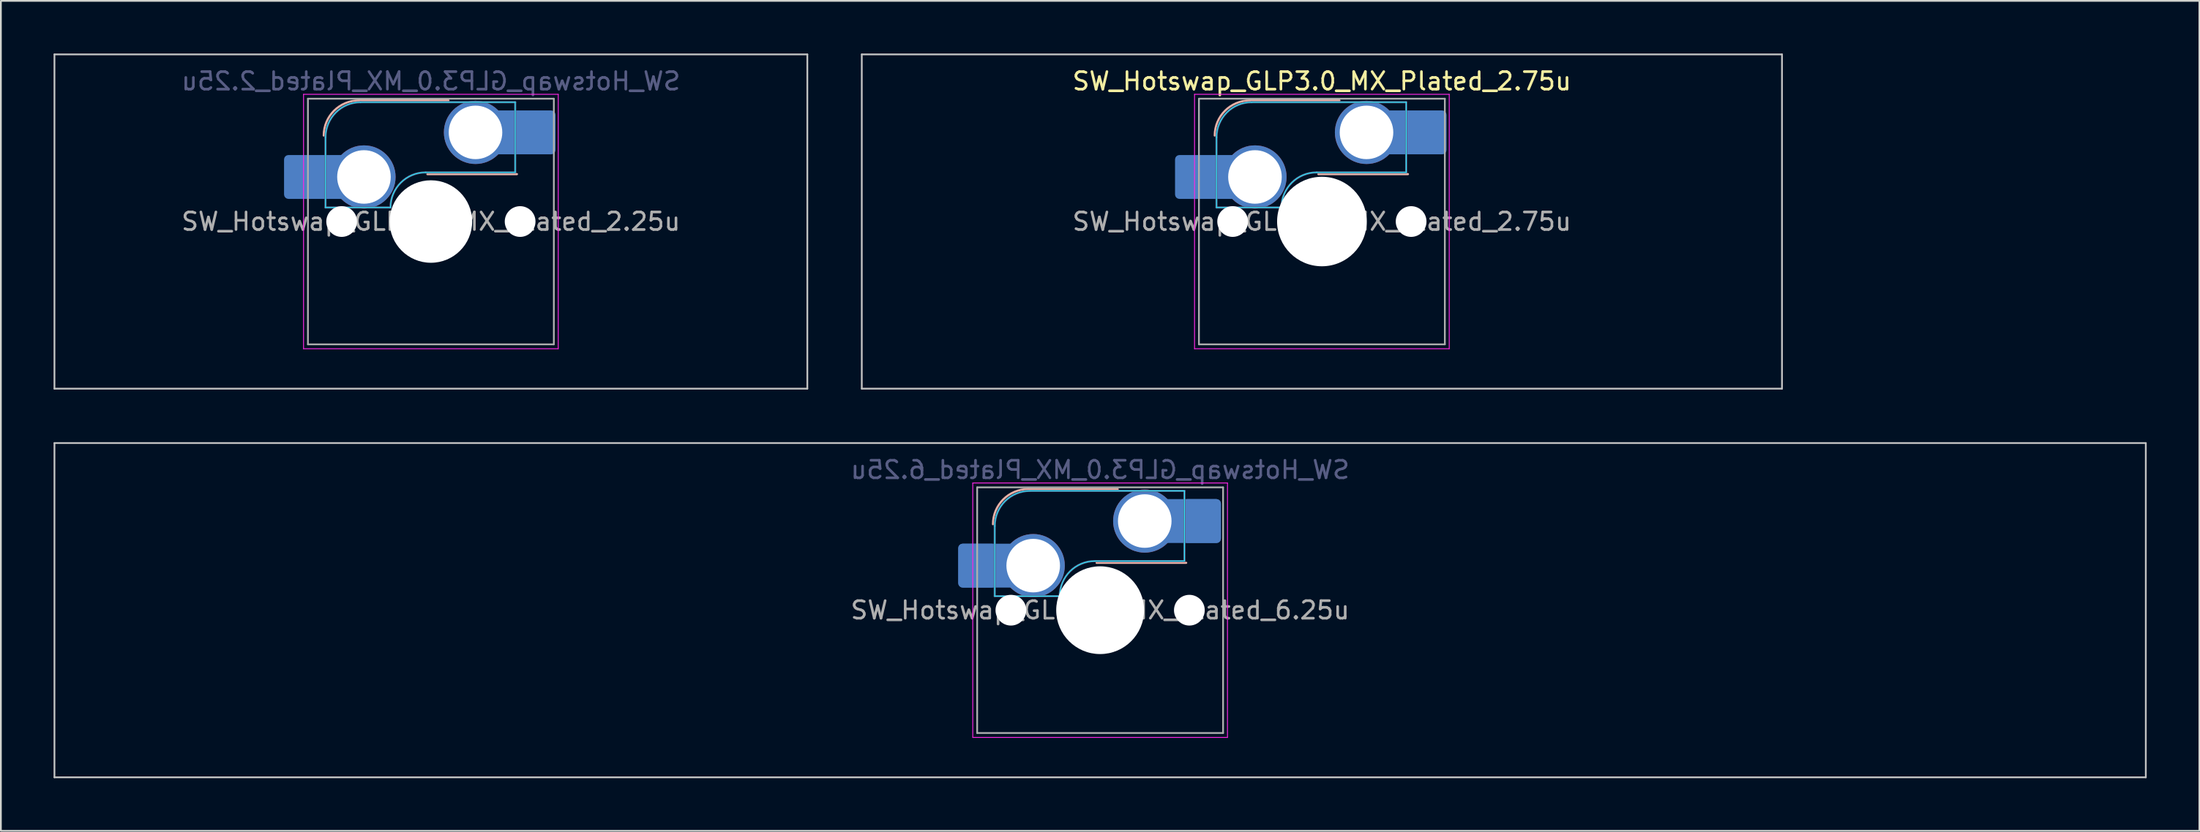
<source format=kicad_pcb>
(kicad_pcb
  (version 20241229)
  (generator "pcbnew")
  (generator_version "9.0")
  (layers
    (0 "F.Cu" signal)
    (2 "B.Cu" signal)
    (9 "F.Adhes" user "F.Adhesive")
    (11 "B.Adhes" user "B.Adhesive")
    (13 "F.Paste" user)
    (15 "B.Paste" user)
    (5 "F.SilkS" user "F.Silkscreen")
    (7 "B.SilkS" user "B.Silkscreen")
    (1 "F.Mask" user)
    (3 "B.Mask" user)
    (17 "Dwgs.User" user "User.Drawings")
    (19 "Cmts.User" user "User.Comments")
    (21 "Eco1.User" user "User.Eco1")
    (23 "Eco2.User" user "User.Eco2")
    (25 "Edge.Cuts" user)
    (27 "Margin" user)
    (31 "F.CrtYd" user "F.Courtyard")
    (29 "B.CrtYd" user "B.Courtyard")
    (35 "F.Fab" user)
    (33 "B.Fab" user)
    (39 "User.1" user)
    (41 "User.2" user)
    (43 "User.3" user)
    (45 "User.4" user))
  (footprint "SW_Hotswap_GLP3.0_MX_Plated_2.25u"
    (layer "F.Cu")
    (at 21.481 9.575)
    (property "Reference" "SW_Hotswap_GLP3.0_MX_Plated_2.25u" (at 0 -8 0) (layer "B.Fab") (effects (font (size 1 1) (thickness 0.15)) (justify mirror)))
    (attr smd)
    (fp_line (start -4.1 -6.9) (end 1 -6.9) (stroke (width 0.12) (type solid)) (layer "B.SilkS"))
    (fp_line (start -0.2 -2.7) (end 4.9 -2.7) (stroke (width 0.12) (type solid)) (layer "B.SilkS"))
    (fp_arc (start -6.1 -4.9) (mid -5.514214 -6.314214) (end -4.1 -6.9) (stroke (width 0.12) (type solid)) (layer "B.SilkS"))
    (fp_line (start -21.431 -9.525) (end -21.431 9.525) (stroke (width 0.1) (type solid)) (layer "Dwgs.User"))
    (fp_line (start -21.431 9.525) (end 21.431 9.525) (stroke (width 0.1) (type solid)) (layer "Dwgs.User"))
    (fp_line (start 21.431 -9.525) (end -21.431 -9.525) (stroke (width 0.1) (type solid)) (layer "Dwgs.User"))
    (fp_line (start 21.431 9.525) (end 21.431 -9.525) (stroke (width 0.1) (type solid)) (layer "Dwgs.User"))
    (fp_line (start -7.8 -6) (end -7 -6) (stroke (width 0.1) (type solid)) (layer "Eco1.User"))
    (fp_line (start -7.8 -2.9) (end -7.8 -6) (stroke (width 0.1) (type solid)) (layer "Eco1.User"))
    (fp_line (start -7.8 2.9) (end -7 2.9) (stroke (width 0.1) (type solid)) (layer "Eco1.User"))
    (fp_line (start -7.8 6) (end -7.8 2.9) (stroke (width 0.1) (type solid)) (layer "Eco1.User"))
    (fp_line (start -7 -7) (end 7 -7) (stroke (width 0.1) (type solid)) (layer "Eco1.User"))
    (fp_line (start -7 -6) (end -7 -7) (stroke (width 0.1) (type solid)) (layer "Eco1.User"))
    (fp_line (start -7 -2.9) (end -7.8 -2.9) (stroke (width 0.1) (type solid)) (layer "Eco1.User"))
    (fp_line (start -7 2.9) (end -7 -2.9) (stroke (width 0.1) (type solid)) (layer "Eco1.User"))
    (fp_line (start -7 6) (end -7.8 6) (stroke (width 0.1) (type solid)) (layer "Eco1.User"))
    (fp_line (start -7 7) (end -7 6) (stroke (width 0.1) (type solid)) (layer "Eco1.User"))
    (fp_line (start 7 -7) (end 7 -6) (stroke (width 0.1) (type solid)) (layer "Eco1.User"))
    (fp_line (start 7 -6) (end 7.8 -6) (stroke (width 0.1) (type solid)) (layer "Eco1.User"))
    (fp_line (start 7 -2.9) (end 7 2.9) (stroke (width 0.1) (type solid)) (layer "Eco1.User"))
    (fp_line (start 7 2.9) (end 7.8 2.9) (stroke (width 0.1) (type solid)) (layer "Eco1.User"))
    (fp_line (start 7 6) (end 7 7) (stroke (width 0.1) (type solid)) (layer "Eco1.User"))
    (fp_line (start 7 7) (end -7 7) (stroke (width 0.1) (type solid)) (layer "Eco1.User"))
    (fp_line (start 7.8 -6) (end 7.8 -2.9) (stroke (width 0.1) (type solid)) (layer "Eco1.User"))
    (fp_line (start 7.8 -2.9) (end 7 -2.9) (stroke (width 0.1) (type solid)) (layer "Eco1.User"))
    (fp_line (start 7.8 2.9) (end 7.8 6) (stroke (width 0.1) (type solid)) (layer "Eco1.User"))
    (fp_line (start 7.8 6) (end 7 6) (stroke (width 0.1) (type solid)) (layer "Eco1.User"))
    (fp_line (start -6 -0.8) (end -6 -4.8) (stroke (width 0.05) (type solid)) (layer "B.CrtYd"))
    (fp_line (start -6 -0.8) (end -2.3 -0.8) (stroke (width 0.05) (type solid)) (layer "B.CrtYd"))
    (fp_line (start -4 -6.8) (end 4.8 -6.8) (stroke (width 0.05) (type solid)) (layer "B.CrtYd"))
    (fp_line (start -0.3 -2.8) (end 4.8 -2.8) (stroke (width 0.05) (type solid)) (layer "B.CrtYd"))
    (fp_line (start 4.8 -6.8) (end 4.8 -2.8) (stroke (width 0.05) (type solid)) (layer "B.CrtYd"))
    (fp_arc (start -6 -4.8) (mid -5.414214 -6.214214) (end -4 -6.8) (stroke (width 0.05) (type solid)) (layer "B.CrtYd"))
    (fp_arc (start -2.3 -0.8) (mid -1.714214 -2.214214) (end -0.3 -2.8) (stroke (width 0.05) (type solid)) (layer "B.CrtYd"))
    (fp_line (start -7.25 -7.25) (end -7.25 7.25) (stroke (width 0.05) (type solid)) (layer "F.CrtYd"))
    (fp_line (start -7.25 7.25) (end 7.25 7.25) (stroke (width 0.05) (type solid)) (layer "F.CrtYd"))
    (fp_line (start 7.25 -7.25) (end -7.25 -7.25) (stroke (width 0.05) (type solid)) (layer "F.CrtYd"))
    (fp_line (start 7.25 7.25) (end 7.25 -7.25) (stroke (width 0.05) (type solid)) (layer "F.CrtYd"))
    (fp_line (start -6 -0.8) (end -6 -4.8) (stroke (width 0.12) (type solid)) (layer "B.Fab"))
    (fp_line (start -6 -0.8) (end -2.3 -0.8) (stroke (width 0.12) (type solid)) (layer "B.Fab"))
    (fp_line (start -4 -6.8) (end 4.8 -6.8) (stroke (width 0.12) (type solid)) (layer "B.Fab"))
    (fp_line (start -0.3 -2.8) (end 4.8 -2.8) (stroke (width 0.12) (type solid)) (layer "B.Fab"))
    (fp_line (start 4.8 -6.8) (end 4.8 -2.8) (stroke (width 0.12) (type solid)) (layer "B.Fab"))
    (fp_arc (start -6 -4.8) (mid -5.414214 -6.214214) (end -4 -6.8) (stroke (width 0.12) (type solid)) (layer "B.Fab"))
    (fp_arc (start -2.3 -0.8) (mid -1.714214 -2.214214) (end -0.3 -2.8) (stroke (width 0.12) (type solid)) (layer "B.Fab"))
    (fp_line (start -7 -7) (end -7 7) (stroke (width 0.1) (type solid)) (layer "F.Fab"))
    (fp_line (start -7 7) (end 7 7) (stroke (width 0.1) (type solid)) (layer "F.Fab"))
    (fp_line (start 7 -7) (end -7 -7) (stroke (width 0.1) (type solid)) (layer "F.Fab"))
    (fp_line (start 7 7) (end 7 -7) (stroke (width 0.1) (type solid)) (layer "F.Fab"))
    (fp_text user "${REFERENCE}" (at 0 0 0) (layer "F.Fab") (effects (font (size 1 1) (thickness 0.15))))
    (pad "" smd roundrect (at -7.085 -2.54) (size 2.55 2.5) (layers "B.Mask" "B.Paste") (roundrect_rratio 0.1))
    (pad "" np_thru_hole circle (at -5.08 0) (size 1.75 1.75) (drill 1.75) (layers "*.Cu" "*.Mask"))
    (pad "" np_thru_hole circle (at 0 0) (size 4.7 4.7) (drill 4.7) (layers "*.Cu" "*.Mask"))
    (pad "" np_thru_hole circle (at 5.08 0) (size 1.75 1.75) (drill 1.75) (layers "*.Cu" "*.Mask"))
    (pad "" smd roundrect (at 5.842 -5.08) (size 2.55 2.5) (layers "B.Mask" "B.Paste") (roundrect_rratio 0.1))
    (pad "1" smd roundrect (at -6.585 -2.54) (size 3.55 2.5) (layers "B.Cu") (roundrect_rratio 0.1))
    (pad "1" thru_hole circle (at -3.81 -2.54) (size 3.6 3.6) (drill 3.05) (layers "*.Cu" "*.Mask"))
    (pad "2" thru_hole circle (at 2.54 -5.08) (size 3.6 3.6) (drill 3.05) (layers "*.Cu" "*.Mask"))
    (pad "2" smd roundrect (at 5.32 -5.08) (size 3.55 2.5) (layers "B.Cu") (roundrect_rratio 0.1)))
  (footprint "SW_Hotswap_GLP3.0_MX_Plated_2.75u"
    (layer "F.Cu")
    (at 72.206 9.575)
    (property "Reference" "SW_Hotswap_GLP3.0_MX_Plated_2.75u" (at 0 -8 0) (layer "F.SilkS") (effects (font (size 1 1) (thickness 0.15))))
    (attr smd)
    (fp_line (start -4.1 -6.9) (end 1 -6.9) (stroke (width 0.12) (type solid)) (layer "B.SilkS"))
    (fp_line (start -0.2 -2.7) (end 4.9 -2.7) (stroke (width 0.12) (type solid)) (layer "B.SilkS"))
    (fp_arc (start -6.1 -4.9) (mid -5.514214 -6.314214) (end -4.1 -6.9) (stroke (width 0.12) (type solid)) (layer "B.SilkS"))
    (fp_line (start -26.194 -9.525) (end -26.194 9.525) (stroke (width 0.1) (type solid)) (layer "Dwgs.User"))
    (fp_line (start -26.194 9.525) (end 26.194 9.525) (stroke (width 0.1) (type solid)) (layer "Dwgs.User"))
    (fp_line (start 26.194 -9.525) (end -26.194 -9.525) (stroke (width 0.1) (type solid)) (layer "Dwgs.User"))
    (fp_line (start 26.194 9.525) (end 26.194 -9.525) (stroke (width 0.1) (type solid)) (layer "Dwgs.User"))
    (fp_line (start -7.8 -6) (end -7 -6) (stroke (width 0.1) (type solid)) (layer "Eco1.User"))
    (fp_line (start -7.8 -2.9) (end -7.8 -6) (stroke (width 0.1) (type solid)) (layer "Eco1.User"))
    (fp_line (start -7.8 2.9) (end -7 2.9) (stroke (width 0.1) (type solid)) (layer "Eco1.User"))
    (fp_line (start -7.8 6) (end -7.8 2.9) (stroke (width 0.1) (type solid)) (layer "Eco1.User"))
    (fp_line (start -7 -7) (end 7 -7) (stroke (width 0.1) (type solid)) (layer "Eco1.User"))
    (fp_line (start -7 -6) (end -7 -7) (stroke (width 0.1) (type solid)) (layer "Eco1.User"))
    (fp_line (start -7 -2.9) (end -7.8 -2.9) (stroke (width 0.1) (type solid)) (layer "Eco1.User"))
    (fp_line (start -7 2.9) (end -7 -2.9) (stroke (width 0.1) (type solid)) (layer "Eco1.User"))
    (fp_line (start -7 6) (end -7.8 6) (stroke (width 0.1) (type solid)) (layer "Eco1.User"))
    (fp_line (start -7 7) (end -7 6) (stroke (width 0.1) (type solid)) (layer "Eco1.User"))
    (fp_line (start 7 -7) (end 7 -6) (stroke (width 0.1) (type solid)) (layer "Eco1.User"))
    (fp_line (start 7 -6) (end 7.8 -6) (stroke (width 0.1) (type solid)) (layer "Eco1.User"))
    (fp_line (start 7 -2.9) (end 7 2.9) (stroke (width 0.1) (type solid)) (layer "Eco1.User"))
    (fp_line (start 7 2.9) (end 7.8 2.9) (stroke (width 0.1) (type solid)) (layer "Eco1.User"))
    (fp_line (start 7 6) (end 7 7) (stroke (width 0.1) (type solid)) (layer "Eco1.User"))
    (fp_line (start 7 7) (end -7 7) (stroke (width 0.1) (type solid)) (layer "Eco1.User"))
    (fp_line (start 7.8 -6) (end 7.8 -2.9) (stroke (width 0.1) (type solid)) (layer "Eco1.User"))
    (fp_line (start 7.8 -2.9) (end 7 -2.9) (stroke (width 0.1) (type solid)) (layer "Eco1.User"))
    (fp_line (start 7.8 2.9) (end 7.8 6) (stroke (width 0.1) (type solid)) (layer "Eco1.User"))
    (fp_line (start 7.8 6) (end 7 6) (stroke (width 0.1) (type solid)) (layer "Eco1.User"))
    (fp_line (start -6 -0.8) (end -6 -4.8) (stroke (width 0.05) (type solid)) (layer "B.CrtYd"))
    (fp_line (start -6 -0.8) (end -2.3 -0.8) (stroke (width 0.05) (type solid)) (layer "B.CrtYd"))
    (fp_line (start -4 -6.8) (end 4.8 -6.8) (stroke (width 0.05) (type solid)) (layer "B.CrtYd"))
    (fp_line (start -0.3 -2.8) (end 4.8 -2.8) (stroke (width 0.05) (type solid)) (layer "B.CrtYd"))
    (fp_line (start 4.8 -6.8) (end 4.8 -2.8) (stroke (width 0.05) (type solid)) (layer "B.CrtYd"))
    (fp_arc (start -6 -4.8) (mid -5.414214 -6.214214) (end -4 -6.8) (stroke (width 0.05) (type solid)) (layer "B.CrtYd"))
    (fp_arc (start -2.3 -0.8) (mid -1.714214 -2.214214) (end -0.3 -2.8) (stroke (width 0.05) (type solid)) (layer "B.CrtYd"))
    (fp_line (start -7.25 -7.25) (end -7.25 7.25) (stroke (width 0.05) (type solid)) (layer "F.CrtYd"))
    (fp_line (start -7.25 7.25) (end 7.25 7.25) (stroke (width 0.05) (type solid)) (layer "F.CrtYd"))
    (fp_line (start 7.25 -7.25) (end -7.25 -7.25) (stroke (width 0.05) (type solid)) (layer "F.CrtYd"))
    (fp_line (start 7.25 7.25) (end 7.25 -7.25) (stroke (width 0.05) (type solid)) (layer "F.CrtYd"))
    (fp_line (start -6 -0.8) (end -6 -4.8) (stroke (width 0.12) (type solid)) (layer "B.Fab"))
    (fp_line (start -6 -0.8) (end -2.3 -0.8) (stroke (width 0.12) (type solid)) (layer "B.Fab"))
    (fp_line (start -4 -6.8) (end 4.8 -6.8) (stroke (width 0.12) (type solid)) (layer "B.Fab"))
    (fp_line (start -0.3 -2.8) (end 4.8 -2.8) (stroke (width 0.12) (type solid)) (layer "B.Fab"))
    (fp_line (start 4.8 -6.8) (end 4.8 -2.8) (stroke (width 0.12) (type solid)) (layer "B.Fab"))
    (fp_arc (start -6 -4.8) (mid -5.414214 -6.214214) (end -4 -6.8) (stroke (width 0.12) (type solid)) (layer "B.Fab"))
    (fp_arc (start -2.3 -0.8) (mid -1.714214 -2.214214) (end -0.3 -2.8) (stroke (width 0.12) (type solid)) (layer "B.Fab"))
    (fp_line (start -7 -7) (end -7 7) (stroke (width 0.1) (type solid)) (layer "F.Fab"))
    (fp_line (start -7 7) (end 7 7) (stroke (width 0.1) (type solid)) (layer "F.Fab"))
    (fp_line (start 7 -7) (end -7 -7) (stroke (width 0.1) (type solid)) (layer "F.Fab"))
    (fp_line (start 7 7) (end 7 -7) (stroke (width 0.1) (type solid)) (layer "F.Fab"))
    (fp_text user "${REFERENCE}" (at 0 0 0) (layer "F.Fab") (effects (font (size 1 1) (thickness 0.15))))
    (pad "" smd roundrect (at -7.085 -2.54) (size 2.55 2.5) (layers "B.Mask" "B.Paste") (roundrect_rratio 0.1))
    (pad "" np_thru_hole circle (at -5.08 0) (size 1.75 1.75) (drill 1.75) (layers "*.Cu" "*.Mask"))
    (pad "" np_thru_hole circle (at 0 0) (size 5.1 5.1) (drill 5.1) (layers "*.Cu" "*.Mask"))
    (pad "" np_thru_hole circle (at 5.08 0) (size 1.75 1.75) (drill 1.75) (layers "*.Cu" "*.Mask"))
    (pad "" smd roundrect (at 5.842 -5.08) (size 2.55 2.5) (layers "B.Mask" "B.Paste") (roundrect_rratio 0.1))
    (pad "1" smd roundrect (at -6.585 -2.54) (size 3.55 2.5) (layers "B.Cu") (roundrect_rratio 0.1))
    (pad "1" thru_hole circle (at -3.81 -2.54) (size 3.6 3.6) (drill 3.05) (layers "*.Cu" "*.Mask"))
    (pad "2" thru_hole circle (at 2.54 -5.08) (size 3.6 3.6) (drill 3.05) (layers "*.Cu" "*.Mask"))
    (pad "2" smd roundrect (at 5.32 -5.08) (size 3.55 2.5) (layers "B.Cu") (roundrect_rratio 0.1)))
  (footprint "SW_Hotswap_GLP3.0_MX_Plated_6.25u"
    (layer "F.Cu")
    (at 59.581 31.725)
    (property "Reference" "SW_Hotswap_GLP3.0_MX_Plated_6.25u" (at 0 -8 0) (layer "B.Fab") (effects (font (size 1 1) (thickness 0.15)) (justify mirror)))
    (attr smd)
    (fp_line (start -4.1 -6.9) (end 1 -6.9) (stroke (width 0.12) (type solid)) (layer "B.SilkS"))
    (fp_line (start -0.2 -2.7) (end 4.9 -2.7) (stroke (width 0.12) (type solid)) (layer "B.SilkS"))
    (fp_arc (start -6.1 -4.9) (mid -5.514214 -6.314214) (end -4.1 -6.9) (stroke (width 0.12) (type solid)) (layer "B.SilkS"))
    (fp_line (start -59.531 -9.525) (end -59.531 9.525) (stroke (width 0.1) (type solid)) (layer "Dwgs.User"))
    (fp_line (start -59.531 9.525) (end 59.531 9.525) (stroke (width 0.1) (type solid)) (layer "Dwgs.User"))
    (fp_line (start 59.531 -9.525) (end -59.531 -9.525) (stroke (width 0.1) (type solid)) (layer "Dwgs.User"))
    (fp_line (start 59.531 9.525) (end 59.531 -9.525) (stroke (width 0.1) (type solid)) (layer "Dwgs.User"))
    (fp_line (start -7.8 -6) (end -7 -6) (stroke (width 0.1) (type solid)) (layer "Eco1.User"))
    (fp_line (start -7.8 -2.9) (end -7.8 -6) (stroke (width 0.1) (type solid)) (layer "Eco1.User"))
    (fp_line (start -7.8 2.9) (end -7 2.9) (stroke (width 0.1) (type solid)) (layer "Eco1.User"))
    (fp_line (start -7.8 6) (end -7.8 2.9) (stroke (width 0.1) (type solid)) (layer "Eco1.User"))
    (fp_line (start -7 -7) (end 7 -7) (stroke (width 0.1) (type solid)) (layer "Eco1.User"))
    (fp_line (start -7 -6) (end -7 -7) (stroke (width 0.1) (type solid)) (layer "Eco1.User"))
    (fp_line (start -7 -2.9) (end -7.8 -2.9) (stroke (width 0.1) (type solid)) (layer "Eco1.User"))
    (fp_line (start -7 2.9) (end -7 -2.9) (stroke (width 0.1) (type solid)) (layer "Eco1.User"))
    (fp_line (start -7 6) (end -7.8 6) (stroke (width 0.1) (type solid)) (layer "Eco1.User"))
    (fp_line (start -7 7) (end -7 6) (stroke (width 0.1) (type solid)) (layer "Eco1.User"))
    (fp_line (start 7 -7) (end 7 -6) (stroke (width 0.1) (type solid)) (layer "Eco1.User"))
    (fp_line (start 7 -6) (end 7.8 -6) (stroke (width 0.1) (type solid)) (layer "Eco1.User"))
    (fp_line (start 7 -2.9) (end 7 2.9) (stroke (width 0.1) (type solid)) (layer "Eco1.User"))
    (fp_line (start 7 2.9) (end 7.8 2.9) (stroke (width 0.1) (type solid)) (layer "Eco1.User"))
    (fp_line (start 7 6) (end 7 7) (stroke (width 0.1) (type solid)) (layer "Eco1.User"))
    (fp_line (start 7 7) (end -7 7) (stroke (width 0.1) (type solid)) (layer "Eco1.User"))
    (fp_line (start 7.8 -6) (end 7.8 -2.9) (stroke (width 0.1) (type solid)) (layer "Eco1.User"))
    (fp_line (start 7.8 -2.9) (end 7 -2.9) (stroke (width 0.1) (type solid)) (layer "Eco1.User"))
    (fp_line (start 7.8 2.9) (end 7.8 6) (stroke (width 0.1) (type solid)) (layer "Eco1.User"))
    (fp_line (start 7.8 6) (end 7 6) (stroke (width 0.1) (type solid)) (layer "Eco1.User"))
    (fp_line (start -6 -0.8) (end -6 -4.8) (stroke (width 0.05) (type solid)) (layer "B.CrtYd"))
    (fp_line (start -6 -0.8) (end -2.3 -0.8) (stroke (width 0.05) (type solid)) (layer "B.CrtYd"))
    (fp_line (start -4 -6.8) (end 4.8 -6.8) (stroke (width 0.05) (type solid)) (layer "B.CrtYd"))
    (fp_line (start -0.3 -2.8) (end 4.8 -2.8) (stroke (width 0.05) (type solid)) (layer "B.CrtYd"))
    (fp_line (start 4.8 -6.8) (end 4.8 -2.8) (stroke (width 0.05) (type solid)) (layer "B.CrtYd"))
    (fp_arc (start -6 -4.8) (mid -5.414214 -6.214214) (end -4 -6.8) (stroke (width 0.05) (type solid)) (layer "B.CrtYd"))
    (fp_arc (start -2.3 -0.8) (mid -1.714214 -2.214214) (end -0.3 -2.8) (stroke (width 0.05) (type solid)) (layer "B.CrtYd"))
    (fp_line (start -7.25 -7.25) (end -7.25 7.25) (stroke (width 0.05) (type solid)) (layer "F.CrtYd"))
    (fp_line (start -7.25 7.25) (end 7.25 7.25) (stroke (width 0.05) (type solid)) (layer "F.CrtYd"))
    (fp_line (start 7.25 -7.25) (end -7.25 -7.25) (stroke (width 0.05) (type solid)) (layer "F.CrtYd"))
    (fp_line (start 7.25 7.25) (end 7.25 -7.25) (stroke (width 0.05) (type solid)) (layer "F.CrtYd"))
    (fp_line (start -6 -0.8) (end -6 -4.8) (stroke (width 0.12) (type solid)) (layer "B.Fab"))
    (fp_line (start -6 -0.8) (end -2.3 -0.8) (stroke (width 0.12) (type solid)) (layer "B.Fab"))
    (fp_line (start -4 -6.8) (end 4.8 -6.8) (stroke (width 0.12) (type solid)) (layer "B.Fab"))
    (fp_line (start -0.3 -2.8) (end 4.8 -2.8) (stroke (width 0.12) (type solid)) (layer "B.Fab"))
    (fp_line (start 4.8 -6.8) (end 4.8 -2.8) (stroke (width 0.12) (type solid)) (layer "B.Fab"))
    (fp_arc (start -6 -4.8) (mid -5.414214 -6.214214) (end -4 -6.8) (stroke (width 0.12) (type solid)) (layer "B.Fab"))
    (fp_arc (start -2.3 -0.8) (mid -1.714214 -2.214214) (end -0.3 -2.8) (stroke (width 0.12) (type solid)) (layer "B.Fab"))
    (fp_line (start -7 -7) (end -7 7) (stroke (width 0.1) (type solid)) (layer "F.Fab"))
    (fp_line (start -7 7) (end 7 7) (stroke (width 0.1) (type solid)) (layer "F.Fab"))
    (fp_line (start 7 -7) (end -7 -7) (stroke (width 0.1) (type solid)) (layer "F.Fab"))
    (fp_line (start 7 7) (end 7 -7) (stroke (width 0.1) (type solid)) (layer "F.Fab"))
    (fp_text user "${REFERENCE}" (at 0 0 0) (layer "F.Fab") (effects (font (size 1 1) (thickness 0.15))))
    (pad "" np_thru_hole circle (at -5.08 0) (size 1.75 1.75) (drill 1.75) (layers "*.Cu" "*.Mask"))
    (pad "" np_thru_hole circle (at 0 0) (size 5 5) (drill 5) (layers "*.Cu" "*.Mask"))
    (pad "" np_thru_hole circle (at 5.08 0) (size 1.75 1.75) (drill 1.75) (layers "*.Cu" "*.Mask"))
    (pad "1" smd roundrect (at -6.997 -2.54 180) (size 2.159 2.5) (layers "B.Cu" "B.Mask" "B.Paste") (roundrect_rratio 0.116))
    (pad "1" smd roundrect (at -6.301 -2.54) (size 3.55 2.5) (layers "B.Cu") (roundrect_rratio 0.1))
    (pad "1" thru_hole circle (at -3.81 -2.54) (size 3.6 3.6) (drill 3.05) (layers "*.Cu" "*.Mask"))
    (pad "2" thru_hole circle (at 2.54 -5.08) (size 3.6 3.6) (drill 3.05) (layers "*.Cu" "*.Mask"))
    (pad "2" smd roundrect (at 5.1 -5.08) (size 3.55 2.5) (layers "B.Cu") (roundrect_rratio 0.1))
    (pad "2" smd roundrect (at 5.796 -5.08 180) (size 2.159 2.5) (layers "B.Cu" "B.Mask" "B.Paste") (roundrect_rratio 0.116)))
  (gr_rect
    (start -3 -3)
    (end 122.162 44.3)
    (stroke (width 0.1) (type default))
    (fill no)
    (layer "Edge.Cuts")))
</source>
